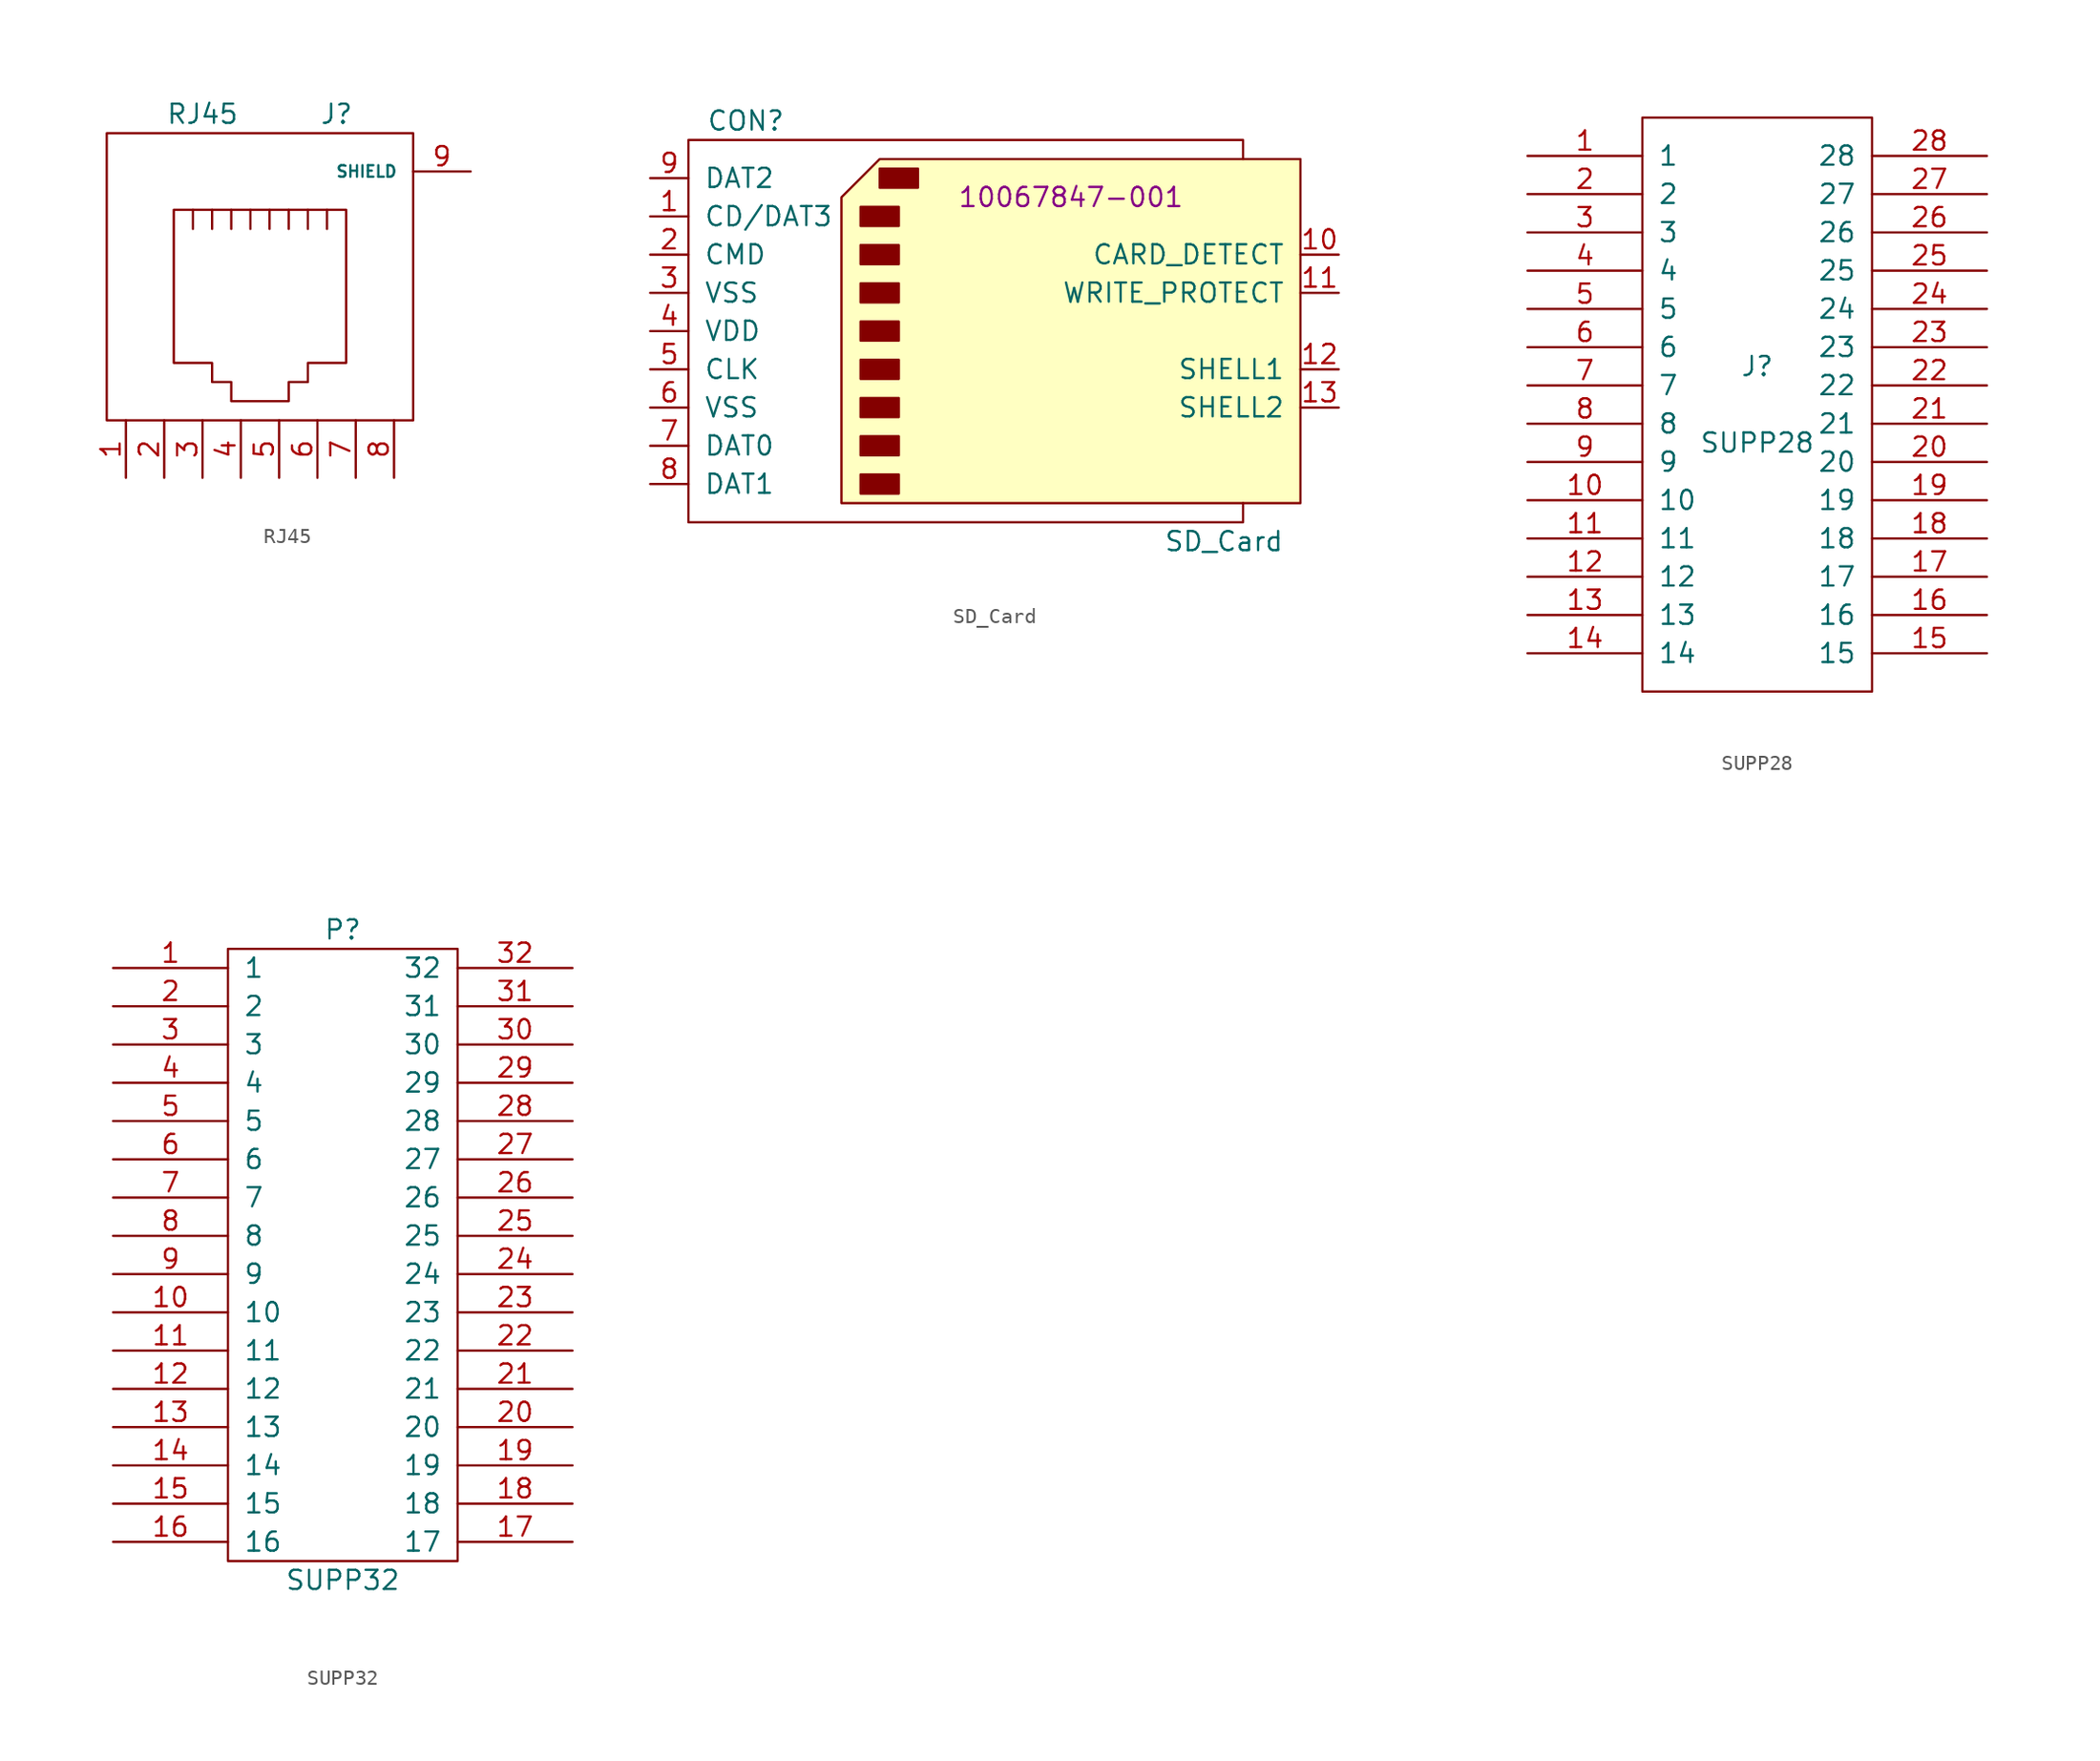
<source format=kicad_sym>
(kicad_symbol_lib
  (version 20211014)
  (generator kicad_symbol_editor)
  (symbol "RJ45"
    (pin_names
      (offset 1.016))
    (property "Reference" "J"
      (at 5.08 12.7 0)
      (effects (font (size 1.27 1.27))))
    (property "Value" "RJ45"
      (at -3.81 12.7 0)
      (effects (font (size 1.27 1.27))))
    (property "Footprint" ""
      (at 0 0 0)
      (effects (font (size 1.27 1.27))))
    (property "Datasheet" ""
      (at 0 0 0)
      (effects (font (size 1.27 1.27))))
    (symbol "RJ45_0_1"
      (rectangle (start -10.16 -7.62) (end 10.16 11.43) (stroke (width 0) (type default) (color 0 0 0 0)) (fill (type none)))
      (polyline (pts (xy -4.445 5.08) (xy -4.445 6.35) (xy -4.445 6.35)) (stroke (width 0) (type default) (color 0 0 0 0)) (fill (type none)))
      (polyline (pts (xy -3.175 6.35) (xy -3.175 5.08) (xy -3.175 5.08)) (stroke (width 0) (type default) (color 0 0 0 0)) (fill (type none)))
      (polyline (pts (xy -1.905 6.35) (xy -1.905 5.08) (xy -1.905 5.08)) (stroke (width 0) (type default) (color 0 0 0 0)) (fill (type none)))
      (polyline (pts (xy -0.635 6.35) (xy -0.635 5.08) (xy -0.635 5.08)) (stroke (width 0) (type default) (color 0 0 0 0)) (fill (type none)))
      (polyline (pts (xy 0.635 6.35) (xy 0.635 5.08) (xy 0.635 5.08)) (stroke (width 0) (type default) (color 0 0 0 0)) (fill (type none)))
      (polyline (pts (xy 1.905 6.35) (xy 1.905 5.08) (xy 1.905 5.08)) (stroke (width 0) (type default) (color 0 0 0 0)) (fill (type none)))
      (polyline (pts (xy 3.175 5.08) (xy 3.175 6.35) (xy 3.175 6.35)) (stroke (width 0) (type default) (color 0 0 0 0)) (fill (type none)))
      (polyline (pts (xy 4.445 5.08) (xy 4.445 6.35) (xy 4.445 6.35)) (stroke (width 0) (type default) (color 0 0 0 0)) (fill (type none)))
      (polyline (pts (xy -5.715 6.35) (xy 5.715 6.35) (xy 5.715 -3.81) (xy 3.175 -3.81) (xy 3.175 -5.08) (xy 1.905 -5.08) (xy 1.905 -6.35) (xy -1.905 -6.35) (xy -1.905 -5.08) (xy -3.175 -5.08) (xy -3.175 -3.81) (xy -5.715 -3.81) (xy -5.715 6.35) (xy -5.715 6.35)) (stroke (width 0) (type default) (color 0 0 0 0)) (fill (type none))))
    (symbol "RJ45_1_1"
      (pin passive line (at -8.89 -11.43 90) (length 3.81) (name "~" (effects (font (size 1.27 1.27)))) (number "1" (effects (font (size 1.27 1.27)))))
      (pin passive line (at -6.35 -11.43 90) (length 3.81) (name "~" (effects (font (size 1.27 1.27)))) (number "2" (effects (font (size 1.27 1.27)))))
      (pin passive line (at -3.81 -11.43 90) (length 3.81) (name "~" (effects (font (size 1.27 1.27)))) (number "3" (effects (font (size 1.27 1.27)))))
      (pin passive line (at -1.27 -11.43 90) (length 3.81) (name "~" (effects (font (size 1.27 1.27)))) (number "4" (effects (font (size 1.27 1.27)))))
      (pin passive line (at 1.27 -11.43 90) (length 3.81) (name "~" (effects (font (size 1.27 1.27)))) (number "5" (effects (font (size 1.27 1.27)))))
      (pin passive line (at 3.81 -11.43 90) (length 3.81) (name "~" (effects (font (size 1.27 1.27)))) (number "6" (effects (font (size 1.27 1.27)))))
      (pin passive line (at 6.35 -11.43 90) (length 3.81) (name "~" (effects (font (size 0.762 0.762)))) (number "7" (effects (font (size 1.27 1.27)))))
      (pin passive line (at 8.89 -11.43 90) (length 3.81) (name "~" (effects (font (size 0.762 0.762)))) (number "8" (effects (font (size 1.27 1.27)))))
      (pin passive line (at 13.97 8.89 180) (length 3.81) (name "SHIELD" (effects (font (size 0.762 0.762)))) (number "9" (effects (font (size 1.27 1.27)))))))
  (symbol "SD_Card"
    (pin_names
      (offset 1.016))
    (property "Reference" "CON"
      (at -16.51 13.97 0)
      (effects (font (size 1.27 1.27))))
    (property "Value" "SD_Card"
      (at 15.24 -13.97 0)
      (effects (font (size 1.27 1.27))))
    (property "Footprint" "10067847-001"
      (at 5.08 8.89 0)
      (effects (font (size 1.27 1.27))))
    (property "Datasheet" ""
      (at 0 0 0)
      (effects (font (size 1.27 1.27))))
    (symbol "SD_Card_0_1"
      (rectangle (start -8.89 -9.525) (end -6.35 -10.795) (stroke (width 0) (type default) (color 0 0 0 0)) (fill (type outline)))
      (rectangle (start -8.89 -6.985) (end -6.35 -8.255) (stroke (width 0) (type default) (color 0 0 0 0)) (fill (type outline)))
      (rectangle (start -8.89 -4.445) (end -6.35 -5.715) (stroke (width 0) (type default) (color 0 0 0 0)) (fill (type outline)))
      (rectangle (start -8.89 -1.905) (end -6.35 -3.175) (stroke (width 0) (type default) (color 0 0 0 0)) (fill (type outline)))
      (rectangle (start -8.89 0.635) (end -6.35 -0.635) (stroke (width 0) (type default) (color 0 0 0 0)) (fill (type outline)))
      (rectangle (start -8.89 3.175) (end -6.35 1.905) (stroke (width 0) (type default) (color 0 0 0 0)) (fill (type outline)))
      (rectangle (start -8.89 5.715) (end -6.35 4.445) (stroke (width 0) (type default) (color 0 0 0 0)) (fill (type outline)))
      (rectangle (start -8.89 8.255) (end -6.35 6.985) (stroke (width 0) (type default) (color 0 0 0 0)) (fill (type outline)))
      (rectangle (start -7.62 10.795) (end -5.08 9.525) (stroke (width 0) (type default) (color 0 0 0 0)) (fill (type outline)))
      (polyline (pts (xy -10.16 8.89) (xy -7.62 11.43) (xy 20.32 11.43) (xy 20.32 -11.43) (xy -10.16 -11.43) (xy -10.16 8.89)) (stroke (width 0) (type default) (color 0 0 0 0)) (fill (type background)))
      (polyline (pts (xy 16.51 11.43) (xy 16.51 12.7) (xy -20.32 12.7) (xy -20.32 -12.7) (xy 16.51 -12.7) (xy 16.51 -11.43)) (stroke (width 0) (type default) (color 0 0 0 0)) (fill (type none))))
    (symbol "SD_Card_1_1"
      (pin input line (at -22.86 7.62 0) (length 2.54) (name "CD/DAT3" (effects (font (size 1.27 1.27)))) (number "1" (effects (font (size 1.27 1.27)))))
      (pin input line (at 22.86 5.08 180) (length 2.54) (name "CARD_DETECT" (effects (font (size 1.27 1.27)))) (number "10" (effects (font (size 1.27 1.27)))))
      (pin input line (at 22.86 2.54 180) (length 2.54) (name "WRITE_PROTECT" (effects (font (size 1.27 1.27)))) (number "11" (effects (font (size 1.27 1.27)))))
      (pin input line (at 22.86 -2.54 180) (length 2.54) (name "SHELL1" (effects (font (size 1.27 1.27)))) (number "12" (effects (font (size 1.27 1.27)))))
      (pin input line (at 22.86 -5.08 180) (length 2.54) (name "SHELL2" (effects (font (size 1.27 1.27)))) (number "13" (effects (font (size 1.27 1.27)))))
      (pin input line (at -22.86 5.08 0) (length 2.54) (name "CMD" (effects (font (size 1.27 1.27)))) (number "2" (effects (font (size 1.27 1.27)))))
      (pin input line (at -22.86 2.54 0) (length 2.54) (name "VSS" (effects (font (size 1.27 1.27)))) (number "3" (effects (font (size 1.27 1.27)))))
      (pin input line (at -22.86 0 0) (length 2.54) (name "VDD" (effects (font (size 1.27 1.27)))) (number "4" (effects (font (size 1.27 1.27)))))
      (pin input line (at -22.86 -2.54 0) (length 2.54) (name "CLK" (effects (font (size 1.27 1.27)))) (number "5" (effects (font (size 1.27 1.27)))))
      (pin input line (at -22.86 -5.08 0) (length 2.54) (name "VSS" (effects (font (size 1.27 1.27)))) (number "6" (effects (font (size 1.27 1.27)))))
      (pin input line (at -22.86 -7.62 0) (length 2.54) (name "DAT0" (effects (font (size 1.27 1.27)))) (number "7" (effects (font (size 1.27 1.27)))))
      (pin input line (at -22.86 -10.16 0) (length 2.54) (name "DAT1" (effects (font (size 1.27 1.27)))) (number "8" (effects (font (size 1.27 1.27)))))
      (pin input line (at -22.86 10.16 0) (length 2.54) (name "DAT2" (effects (font (size 1.27 1.27)))) (number "9" (effects (font (size 1.27 1.27)))))))
  (symbol "SUPP28"
    (pin_names
      (offset 1.016))
    (property "Reference" "J"
      (at 0 2.54 0)
      (effects (font (size 1.27 1.27))))
    (property "Value" "SUPP28"
      (at 0 -2.54 0)
      (effects (font (size 1.27 1.27))))
    (property "Footprint" ""
      (at 0 0 0)
      (effects (font (size 1.27 1.27))))
    (property "Datasheet" ""
      (at 0 0 0)
      (effects (font (size 1.27 1.27))))
    (symbol "SUPP28_0_1"
      (rectangle (start -7.62 -19.05) (end 7.62 19.05) (stroke (width 0) (type default) (color 0 0 0 0)) (fill (type none))))
    (symbol "SUPP28_1_1"
      (pin passive line (at -15.24 16.51 0) (length 7.62) (name "1" (effects (font (size 1.27 1.27)))) (number "1" (effects (font (size 1.27 1.27)))))
      (pin passive line (at -15.24 -6.35 0) (length 7.62) (name "10" (effects (font (size 1.27 1.27)))) (number "10" (effects (font (size 1.27 1.27)))))
      (pin passive line (at -15.24 -8.89 0) (length 7.62) (name "11" (effects (font (size 1.27 1.27)))) (number "11" (effects (font (size 1.27 1.27)))))
      (pin passive line (at -15.24 -11.43 0) (length 7.62) (name "12" (effects (font (size 1.27 1.27)))) (number "12" (effects (font (size 1.27 1.27)))))
      (pin passive line (at -15.24 -13.97 0) (length 7.62) (name "13" (effects (font (size 1.27 1.27)))) (number "13" (effects (font (size 1.27 1.27)))))
      (pin passive line (at -15.24 -16.51 0) (length 7.62) (name "14" (effects (font (size 1.27 1.27)))) (number "14" (effects (font (size 1.27 1.27)))))
      (pin passive line (at 15.24 -16.51 180) (length 7.62) (name "15" (effects (font (size 1.27 1.27)))) (number "15" (effects (font (size 1.27 1.27)))))
      (pin passive line (at 15.24 -13.97 180) (length 7.62) (name "16" (effects (font (size 1.27 1.27)))) (number "16" (effects (font (size 1.27 1.27)))))
      (pin passive line (at 15.24 -11.43 180) (length 7.62) (name "17" (effects (font (size 1.27 1.27)))) (number "17" (effects (font (size 1.27 1.27)))))
      (pin passive line (at 15.24 -8.89 180) (length 7.62) (name "18" (effects (font (size 1.27 1.27)))) (number "18" (effects (font (size 1.27 1.27)))))
      (pin passive line (at 15.24 -6.35 180) (length 7.62) (name "19" (effects (font (size 1.27 1.27)))) (number "19" (effects (font (size 1.27 1.27)))))
      (pin passive line (at -15.24 13.97 0) (length 7.62) (name "2" (effects (font (size 1.27 1.27)))) (number "2" (effects (font (size 1.27 1.27)))))
      (pin passive line (at 15.24 -3.81 180) (length 7.62) (name "20" (effects (font (size 1.27 1.27)))) (number "20" (effects (font (size 1.27 1.27)))))
      (pin passive line (at 15.24 -1.27 180) (length 7.62) (name "21" (effects (font (size 1.27 1.27)))) (number "21" (effects (font (size 1.27 1.27)))))
      (pin passive line (at 15.24 1.27 180) (length 7.62) (name "22" (effects (font (size 1.27 1.27)))) (number "22" (effects (font (size 1.27 1.27)))))
      (pin passive line (at 15.24 3.81 180) (length 7.62) (name "23" (effects (font (size 1.27 1.27)))) (number "23" (effects (font (size 1.27 1.27)))))
      (pin passive line (at 15.24 6.35 180) (length 7.62) (name "24" (effects (font (size 1.27 1.27)))) (number "24" (effects (font (size 1.27 1.27)))))
      (pin passive line (at 15.24 8.89 180) (length 7.62) (name "25" (effects (font (size 1.27 1.27)))) (number "25" (effects (font (size 1.27 1.27)))))
      (pin passive line (at 15.24 11.43 180) (length 7.62) (name "26" (effects (font (size 1.27 1.27)))) (number "26" (effects (font (size 1.27 1.27)))))
      (pin passive line (at 15.24 13.97 180) (length 7.62) (name "27" (effects (font (size 1.27 1.27)))) (number "27" (effects (font (size 1.27 1.27)))))
      (pin passive line (at 15.24 16.51 180) (length 7.62) (name "28" (effects (font (size 1.27 1.27)))) (number "28" (effects (font (size 1.27 1.27)))))
      (pin passive line (at -15.24 11.43 0) (length 7.62) (name "3" (effects (font (size 1.27 1.27)))) (number "3" (effects (font (size 1.27 1.27)))))
      (pin passive line (at -15.24 8.89 0) (length 7.62) (name "4" (effects (font (size 1.27 1.27)))) (number "4" (effects (font (size 1.27 1.27)))))
      (pin passive line (at -15.24 6.35 0) (length 7.62) (name "5" (effects (font (size 1.27 1.27)))) (number "5" (effects (font (size 1.27 1.27)))))
      (pin passive line (at -15.24 3.81 0) (length 7.62) (name "6" (effects (font (size 1.27 1.27)))) (number "6" (effects (font (size 1.27 1.27)))))
      (pin passive line (at -15.24 1.27 0) (length 7.62) (name "7" (effects (font (size 1.27 1.27)))) (number "7" (effects (font (size 1.27 1.27)))))
      (pin passive line (at -15.24 -1.27 0) (length 7.62) (name "8" (effects (font (size 1.27 1.27)))) (number "8" (effects (font (size 1.27 1.27)))))
      (pin passive line (at -15.24 -3.81 0) (length 7.62) (name "9" (effects (font (size 1.27 1.27)))) (number "9" (effects (font (size 1.27 1.27)))))))
  (symbol "SUPP32"
    (pin_names
      (offset 1.016))
    (property "Reference" "P"
      (at 0 21.59 0)
      (effects (font (size 1.27 1.27))))
    (property "Value" "SUPP32"
      (at 0 -21.59 0)
      (effects (font (size 1.27 1.27))))
    (property "Footprint" ""
      (at 0 0 0)
      (effects (font (size 1.27 1.27))))
    (property "Datasheet" ""
      (at 0 0 0)
      (effects (font (size 1.27 1.27))))
    (symbol "SUPP32_0_1"
      (rectangle (start -7.62 20.32) (end 7.62 -20.32) (stroke (width 0) (type default) (color 0 0 0 0)) (fill (type none))))
    (symbol "SUPP32_1_1"
      (pin passive line (at -15.24 19.05 0) (length 7.62) (name "1" (effects (font (size 1.27 1.27)))) (number "1" (effects (font (size 1.27 1.27)))))
      (pin passive line (at -15.24 -3.81 0) (length 7.62) (name "10" (effects (font (size 1.27 1.27)))) (number "10" (effects (font (size 1.27 1.27)))))
      (pin passive line (at -15.24 -6.35 0) (length 7.62) (name "11" (effects (font (size 1.27 1.27)))) (number "11" (effects (font (size 1.27 1.27)))))
      (pin passive line (at -15.24 -8.89 0) (length 7.62) (name "12" (effects (font (size 1.27 1.27)))) (number "12" (effects (font (size 1.27 1.27)))))
      (pin passive line (at -15.24 -11.43 0) (length 7.62) (name "13" (effects (font (size 1.27 1.27)))) (number "13" (effects (font (size 1.27 1.27)))))
      (pin passive line (at -15.24 -13.97 0) (length 7.62) (name "14" (effects (font (size 1.27 1.27)))) (number "14" (effects (font (size 1.27 1.27)))))
      (pin passive line (at -15.24 -16.51 0) (length 7.62) (name "15" (effects (font (size 1.27 1.27)))) (number "15" (effects (font (size 1.27 1.27)))))
      (pin passive line (at -15.24 -19.05 0) (length 7.62) (name "16" (effects (font (size 1.27 1.27)))) (number "16" (effects (font (size 1.27 1.27)))))
      (pin passive line (at 15.24 -19.05 180) (length 7.62) (name "17" (effects (font (size 1.27 1.27)))) (number "17" (effects (font (size 1.27 1.27)))))
      (pin passive line (at 15.24 -16.51 180) (length 7.62) (name "18" (effects (font (size 1.27 1.27)))) (number "18" (effects (font (size 1.27 1.27)))))
      (pin passive line (at 15.24 -13.97 180) (length 7.62) (name "19" (effects (font (size 1.27 1.27)))) (number "19" (effects (font (size 1.27 1.27)))))
      (pin passive line (at -15.24 16.51 0) (length 7.62) (name "2" (effects (font (size 1.27 1.27)))) (number "2" (effects (font (size 1.27 1.27)))))
      (pin passive line (at 15.24 -11.43 180) (length 7.62) (name "20" (effects (font (size 1.27 1.27)))) (number "20" (effects (font (size 1.27 1.27)))))
      (pin passive line (at 15.24 -8.89 180) (length 7.62) (name "21" (effects (font (size 1.27 1.27)))) (number "21" (effects (font (size 1.27 1.27)))))
      (pin passive line (at 15.24 -6.35 180) (length 7.62) (name "22" (effects (font (size 1.27 1.27)))) (number "22" (effects (font (size 1.27 1.27)))))
      (pin passive line (at 15.24 -3.81 180) (length 7.62) (name "23" (effects (font (size 1.27 1.27)))) (number "23" (effects (font (size 1.27 1.27)))))
      (pin passive line (at 15.24 -1.27 180) (length 7.62) (name "24" (effects (font (size 1.27 1.27)))) (number "24" (effects (font (size 1.27 1.27)))))
      (pin passive line (at 15.24 1.27 180) (length 7.62) (name "25" (effects (font (size 1.27 1.27)))) (number "25" (effects (font (size 1.27 1.27)))))
      (pin passive line (at 15.24 3.81 180) (length 7.62) (name "26" (effects (font (size 1.27 1.27)))) (number "26" (effects (font (size 1.27 1.27)))))
      (pin passive line (at 15.24 6.35 180) (length 7.62) (name "27" (effects (font (size 1.27 1.27)))) (number "27" (effects (font (size 1.27 1.27)))))
      (pin passive line (at 15.24 8.89 180) (length 7.62) (name "28" (effects (font (size 1.27 1.27)))) (number "28" (effects (font (size 1.27 1.27)))))
      (pin passive line (at 15.24 11.43 180) (length 7.62) (name "29" (effects (font (size 1.27 1.27)))) (number "29" (effects (font (size 1.27 1.27)))))
      (pin passive line (at -15.24 13.97 0) (length 7.62) (name "3" (effects (font (size 1.27 1.27)))) (number "3" (effects (font (size 1.27 1.27)))))
      (pin passive line (at 15.24 13.97 180) (length 7.62) (name "30" (effects (font (size 1.27 1.27)))) (number "30" (effects (font (size 1.27 1.27)))))
      (pin passive line (at 15.24 16.51 180) (length 7.62) (name "31" (effects (font (size 1.27 1.27)))) (number "31" (effects (font (size 1.27 1.27)))))
      (pin passive line (at 15.24 19.05 180) (length 7.62) (name "32" (effects (font (size 1.27 1.27)))) (number "32" (effects (font (size 1.27 1.27)))))
      (pin passive line (at -15.24 11.43 0) (length 7.62) (name "4" (effects (font (size 1.27 1.27)))) (number "4" (effects (font (size 1.27 1.27)))))
      (pin passive line (at -15.24 8.89 0) (length 7.62) (name "5" (effects (font (size 1.27 1.27)))) (number "5" (effects (font (size 1.27 1.27)))))
      (pin passive line (at -15.24 6.35 0) (length 7.62) (name "6" (effects (font (size 1.27 1.27)))) (number "6" (effects (font (size 1.27 1.27)))))
      (pin passive line (at -15.24 3.81 0) (length 7.62) (name "7" (effects (font (size 1.27 1.27)))) (number "7" (effects (font (size 1.27 1.27)))))
      (pin passive line (at -15.24 1.27 0) (length 7.62) (name "8" (effects (font (size 1.27 1.27)))) (number "8" (effects (font (size 1.27 1.27)))))
      (pin passive line (at -15.24 -1.27 0) (length 7.62) (name "9" (effects (font (size 1.27 1.27)))) (number "9" (effects (font (size 1.27 1.27))))))))
</source>
